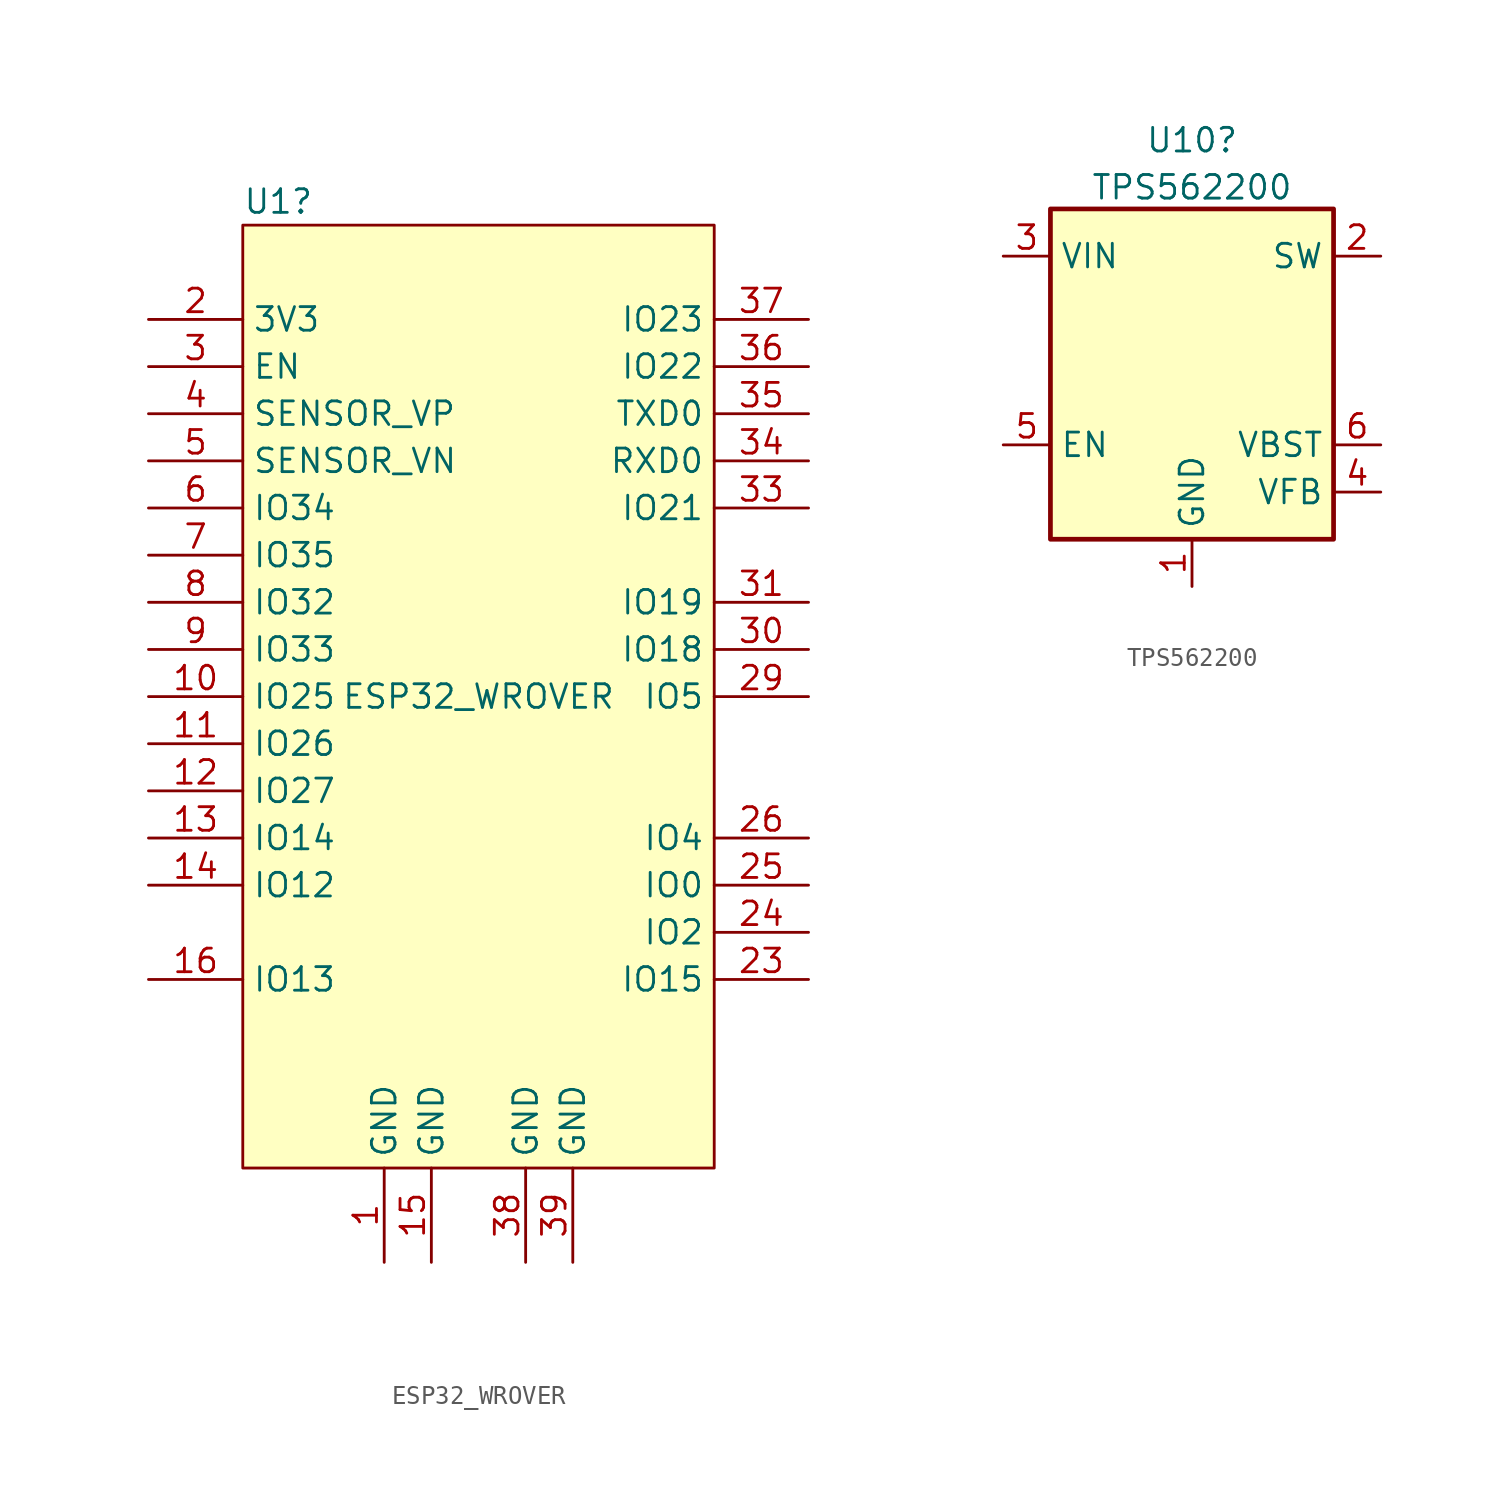
<source format=kicad_sym>
(kicad_symbol_lib
  (version 20211014)
  (generator kicad_symbol_editor)
  (symbol "ESP32_WROVER"
    (property "Reference" "U1"
      (at -12.7 26.67 0)
      (effects (font (size 1.27 1.27)) (justify left)))
    (property "Value" "ESP32_WROVER"
      (at 0 0 0)
      (effects (font (size 1.27 1.27))))
    (property "ki_locked" ""
      (at 0 0 0)
      (effects (font (size 1.27 1.27))))
    (symbol "ESP32_WROVER_0_0"
      (pin power_in line (at -5.08 -30.48 90) (length 5.08) (name "GND" (effects (font (size 1.27 1.27)))) (number "1" (effects (font (size 1.27 1.27)))))
      (pin bidirectional line (at -17.78 0 0) (length 5.08) (name "IO25" (effects (font (size 1.27 1.27)))) (number "10" (effects (font (size 1.27 1.27)))))
      (pin bidirectional line (at -17.78 -2.54 0) (length 5.08) (name "IO26" (effects (font (size 1.27 1.27)))) (number "11" (effects (font (size 1.27 1.27)))))
      (pin bidirectional line (at -17.78 -5.08 0) (length 5.08) (name "IO27" (effects (font (size 1.27 1.27)))) (number "12" (effects (font (size 1.27 1.27)))))
      (pin bidirectional line (at -17.78 -7.62 0) (length 5.08) (name "IO14" (effects (font (size 1.27 1.27)))) (number "13" (effects (font (size 1.27 1.27)))))
      (pin bidirectional line (at -17.78 -10.16 0) (length 5.08) (name "IO12" (effects (font (size 1.27 1.27)))) (number "14" (effects (font (size 1.27 1.27)))))
      (pin power_in line (at -2.54 -30.48 90) (length 5.08) (name "GND" (effects (font (size 1.27 1.27)))) (number "15" (effects (font (size 1.27 1.27)))))
      (pin bidirectional line (at -17.78 -15.24 0) (length 5.08) (name "IO13" (effects (font (size 1.27 1.27)))) (number "16" (effects (font (size 1.27 1.27)))))
      (pin no_connect line (at -17.78 -17.78 0) (length 5.08) hide (name "SD2" (effects (font (size 1.27 1.27)))) (number "17" (effects (font (size 1.27 1.27)))))
      (pin no_connect line (at -17.78 -20.32 0) (length 5.08) hide (name "SD3" (effects (font (size 1.27 1.27)))) (number "18" (effects (font (size 1.27 1.27)))))
      (pin no_connect line (at -17.78 -22.86 0) (length 5.08) hide (name "CMD" (effects (font (size 1.27 1.27)))) (number "19" (effects (font (size 1.27 1.27)))))
      (pin power_in line (at -17.78 20.32 0) (length 5.08) (name "3V3" (effects (font (size 1.27 1.27)))) (number "2" (effects (font (size 1.27 1.27)))))
      (pin no_connect line (at 17.78 -22.86 180) (length 5.08) hide (name "CLK" (effects (font (size 1.27 1.27)))) (number "20" (effects (font (size 1.27 1.27)))))
      (pin no_connect line (at 17.78 -20.32 180) (length 5.08) hide (name "SD0" (effects (font (size 1.27 1.27)))) (number "21" (effects (font (size 1.27 1.27)))))
      (pin no_connect line (at 17.78 -17.78 180) (length 5.08) hide (name "SD1" (effects (font (size 1.27 1.27)))) (number "22" (effects (font (size 1.27 1.27)))))
      (pin bidirectional line (at 17.78 -15.24 180) (length 5.08) (name "IO15" (effects (font (size 1.27 1.27)))) (number "23" (effects (font (size 1.27 1.27)))))
      (pin bidirectional line (at 17.78 -12.7 180) (length 5.08) (name "IO2" (effects (font (size 1.27 1.27)))) (number "24" (effects (font (size 1.27 1.27)))))
      (pin bidirectional line (at 17.78 -10.16 180) (length 5.08) (name "IO0" (effects (font (size 1.27 1.27)))) (number "25" (effects (font (size 1.27 1.27)))))
      (pin bidirectional line (at 17.78 -7.62 180) (length 5.08) (name "IO4" (effects (font (size 1.27 1.27)))) (number "26" (effects (font (size 1.27 1.27)))))
      (pin no_connect line (at 17.78 -5.08 180) (length 5.08) hide (name "NC" (effects (font (size 1.27 1.27)))) (number "27" (effects (font (size 1.27 1.27)))))
      (pin no_connect line (at 17.78 -2.54 180) (length 5.08) hide (name "NC" (effects (font (size 1.27 1.27)))) (number "28" (effects (font (size 1.27 1.27)))))
      (pin bidirectional line (at 17.78 0 180) (length 5.08) (name "IO5" (effects (font (size 1.27 1.27)))) (number "29" (effects (font (size 1.27 1.27)))))
      (pin input line (at -17.78 17.78 0) (length 5.08) (name "EN" (effects (font (size 1.27 1.27)))) (number "3" (effects (font (size 1.27 1.27)))))
      (pin bidirectional line (at 17.78 2.54 180) (length 5.08) (name "IO18" (effects (font (size 1.27 1.27)))) (number "30" (effects (font (size 1.27 1.27)))))
      (pin bidirectional line (at 17.78 5.08 180) (length 5.08) (name "IO19" (effects (font (size 1.27 1.27)))) (number "31" (effects (font (size 1.27 1.27)))))
      (pin no_connect line (at 17.78 7.62 180) (length 5.08) hide (name "NC" (effects (font (size 1.27 1.27)))) (number "32" (effects (font (size 1.27 1.27)))))
      (pin bidirectional line (at 17.78 10.16 180) (length 5.08) (name "IO21" (effects (font (size 1.27 1.27)))) (number "33" (effects (font (size 1.27 1.27)))))
      (pin bidirectional line (at 17.78 12.7 180) (length 5.08) (name "RXD0" (effects (font (size 1.27 1.27)))) (number "34" (effects (font (size 1.27 1.27)))))
      (pin bidirectional line (at 17.78 15.24 180) (length 5.08) (name "TXD0" (effects (font (size 1.27 1.27)))) (number "35" (effects (font (size 1.27 1.27)))))
      (pin bidirectional line (at 17.78 17.78 180) (length 5.08) (name "IO22" (effects (font (size 1.27 1.27)))) (number "36" (effects (font (size 1.27 1.27)))))
      (pin bidirectional line (at 17.78 20.32 180) (length 5.08) (name "IO23" (effects (font (size 1.27 1.27)))) (number "37" (effects (font (size 1.27 1.27)))))
      (pin power_in line (at 2.54 -30.48 90) (length 5.08) (name "GND" (effects (font (size 1.27 1.27)))) (number "38" (effects (font (size 1.27 1.27)))))
      (pin power_in line (at 5.08 -30.48 90) (length 5.08) (name "GND" (effects (font (size 1.27 1.27)))) (number "39" (effects (font (size 1.27 1.27)))))
      (pin input line (at -17.78 15.24 0) (length 5.08) (name "SENSOR_VP" (effects (font (size 1.27 1.27)))) (number "4" (effects (font (size 1.27 1.27)))))
      (pin input line (at -17.78 12.7 0) (length 5.08) (name "SENSOR_VN" (effects (font (size 1.27 1.27)))) (number "5" (effects (font (size 1.27 1.27)))))
      (pin bidirectional line (at -17.78 10.16 0) (length 5.08) (name "IO34" (effects (font (size 1.27 1.27)))) (number "6" (effects (font (size 1.27 1.27)))))
      (pin bidirectional line (at -17.78 7.62 0) (length 5.08) (name "IO35" (effects (font (size 1.27 1.27)))) (number "7" (effects (font (size 1.27 1.27)))))
      (pin bidirectional line (at -17.78 5.08 0) (length 5.08) (name "IO32" (effects (font (size 1.27 1.27)))) (number "8" (effects (font (size 1.27 1.27)))))
      (pin bidirectional line (at -17.78 2.54 0) (length 5.08) (name "IO33" (effects (font (size 1.27 1.27)))) (number "9" (effects (font (size 1.27 1.27))))))
    (symbol "ESP32_WROVER_0_1"
      (rectangle (start -12.7 25.4) (end 12.7 -25.4) (stroke (width 0.152) (type default) (color 0 0 0 0)) (fill (type background)))))
  (symbol "TPS562200"
    (property "Reference" "U10"
      (at 0 8.78 0)
      (effects (font (size 1.27 1.27))))
    (property "Value" "TPS562200"
      (at 0 6.243 0)
      (effects (font (size 1.27 1.27))))
    (symbol "TPS562200_0_1"
      (rectangle (start -7.62 5.08) (end 7.62 -12.7) (stroke (width 0.254) (type default) (color 0 0 0 0)) (fill (type background))))
    (symbol "TPS562200_1_1"
      (pin power_in line (at 0 -15.24 90) (length 2.54) (name "GND" (effects (font (size 1.27 1.27)))) (number "1" (effects (font (size 1.27 1.27)))))
      (pin output line (at 10.16 2.54 180) (length 2.54) (name "SW" (effects (font (size 1.27 1.27)))) (number "2" (effects (font (size 1.27 1.27)))))
      (pin power_in line (at -10.16 2.54 0) (length 2.54) (name "VIN" (effects (font (size 1.27 1.27)))) (number "3" (effects (font (size 1.27 1.27)))))
      (pin input line (at 10.16 -10.16 180) (length 2.54) (name "VFB" (effects (font (size 1.27 1.27)))) (number "4" (effects (font (size 1.27 1.27)))))
      (pin input line (at -10.16 -7.62 0) (length 2.54) (name "EN" (effects (font (size 1.27 1.27)))) (number "5" (effects (font (size 1.27 1.27)))))
      (pin passive line (at 10.16 -7.62 180) (length 2.54) (name "VBST" (effects (font (size 1.27 1.27)))) (number "6" (effects (font (size 1.27 1.27))))))))
</source>
